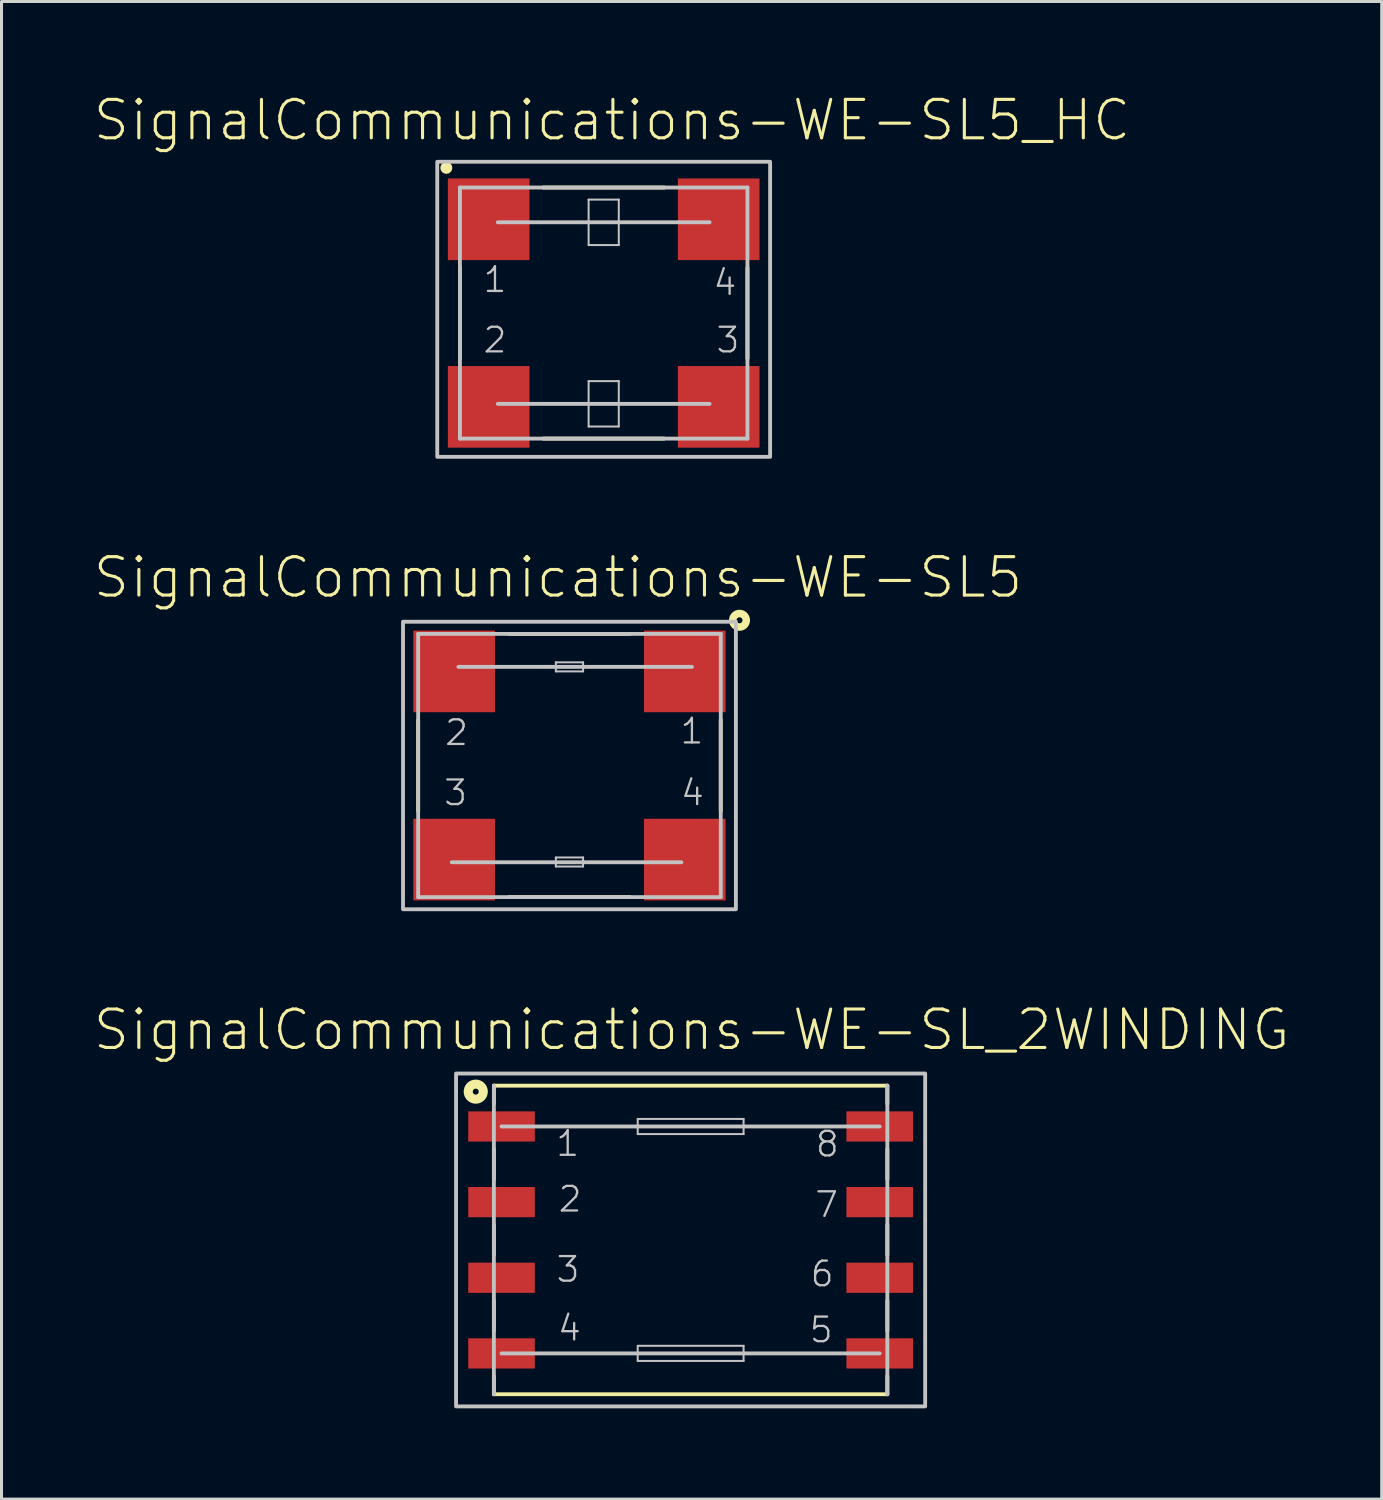
<source format=kicad_pcb>
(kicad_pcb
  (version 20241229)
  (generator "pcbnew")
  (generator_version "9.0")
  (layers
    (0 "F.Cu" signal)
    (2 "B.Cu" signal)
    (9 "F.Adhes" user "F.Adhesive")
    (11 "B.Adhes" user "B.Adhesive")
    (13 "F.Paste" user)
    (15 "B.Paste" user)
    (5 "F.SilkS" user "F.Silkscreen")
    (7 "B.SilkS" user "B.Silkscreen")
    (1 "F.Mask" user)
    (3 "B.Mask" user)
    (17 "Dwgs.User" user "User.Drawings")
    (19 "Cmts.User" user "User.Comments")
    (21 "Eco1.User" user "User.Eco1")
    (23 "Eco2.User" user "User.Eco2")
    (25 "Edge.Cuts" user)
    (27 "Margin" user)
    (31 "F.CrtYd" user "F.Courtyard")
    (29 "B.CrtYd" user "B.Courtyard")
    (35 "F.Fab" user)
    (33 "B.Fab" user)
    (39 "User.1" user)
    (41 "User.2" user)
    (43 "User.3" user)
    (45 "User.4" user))
  (footprint "SignalCommunications-WE-SL_2WINDING"
    (layer "F.Cu")
    (at 19.768 37.918)
    (property "Reference" "SignalCommunications-WE-SL_2WINDING" (at 0.033 -6.942 0) (layer "F.SilkS") (effects (font (size 1.27 1.27) (thickness 0.102))))
    (attr smd)
    (fp_line (start -6.5 -5.098) (end 6.5 -5.098) (stroke (width 0.127) (type solid)) (layer "F.SilkS"))
    (fp_line (start -6.5 -4.498) (end -6.5 -5.098) (stroke (width 0.127) (type solid)) (layer "F.SilkS"))
    (fp_line (start -6.5 -3) (end -6.5 -1.999) (stroke (width 0.127) (type solid)) (layer "F.SilkS"))
    (fp_line (start -6.5 -0.498) (end -6.5 0.498) (stroke (width 0.127) (type solid)) (layer "F.SilkS"))
    (fp_line (start -6.5 1.999) (end -6.5 3) (stroke (width 0.127) (type solid)) (layer "F.SilkS"))
    (fp_line (start -6.5 4.498) (end -6.5 5.098) (stroke (width 0.127) (type solid)) (layer "F.SilkS"))
    (fp_line (start 6.5 -4.498) (end 6.5 -5.098) (stroke (width 0.127) (type solid)) (layer "F.SilkS"))
    (fp_line (start 6.5 -3) (end 6.5 -1.999) (stroke (width 0.127) (type solid)) (layer "F.SilkS"))
    (fp_line (start 6.5 -0.498) (end 6.5 0.498) (stroke (width 0.127) (type solid)) (layer "F.SilkS"))
    (fp_line (start 6.5 1.999) (end 6.5 3) (stroke (width 0.127) (type solid)) (layer "F.SilkS"))
    (fp_line (start 6.5 4.498) (end 6.5 5.098) (stroke (width 0.127) (type solid)) (layer "F.SilkS"))
    (fp_line (start 6.5 5.098) (end -6.5 5.098) (stroke (width 0.127) (type solid)) (layer "F.SilkS"))
    (fp_circle (center -7.099 -4.9) (end -7.099 -4.999) (stroke (width 0.3) (type solid)) (fill no) (layer "F.SilkS"))
    (fp_line (start -6.5 5.098) (end -6.5 -5.098) (stroke (width 0.127) (type solid)) (layer "Dwgs.User"))
    (fp_line (start -1.748 -3.998) (end 1.75 -3.998) (stroke (width 0.066) (type solid)) (layer "Dwgs.User"))
    (fp_line (start -1.748 -3.498) (end -1.748 -3.998) (stroke (width 0.066) (type solid)) (layer "Dwgs.User"))
    (fp_line (start -1.748 -3.498) (end 1.75 -3.498) (stroke (width 0.066) (type solid)) (layer "Dwgs.User"))
    (fp_line (start -1.748 3.498) (end 1.75 3.498) (stroke (width 0.066) (type solid)) (layer "Dwgs.User"))
    (fp_line (start -1.748 3.998) (end -1.748 3.498) (stroke (width 0.066) (type solid)) (layer "Dwgs.User"))
    (fp_line (start -1.748 3.998) (end 1.75 3.998) (stroke (width 0.066) (type solid)) (layer "Dwgs.User"))
    (fp_line (start 1.75 -3.498) (end 1.75 -3.998) (stroke (width 0.066) (type solid)) (layer "Dwgs.User"))
    (fp_line (start 1.75 3.998) (end 1.75 3.498) (stroke (width 0.066) (type solid)) (layer "Dwgs.User"))
    (fp_line (start 6.248 -3.749) (end -6.248 -3.749) (stroke (width 0.127) (type solid)) (layer "Dwgs.User"))
    (fp_line (start 6.248 3.749) (end -6.248 3.749) (stroke (width 0.127) (type solid)) (layer "Dwgs.User"))
    (fp_line (start 6.5 -5.098) (end 6.5 5.098) (stroke (width 0.127) (type solid)) (layer "Dwgs.User"))
    (fp_poly (pts (xy -7.75 -5.499) (xy 7.75 -5.499) (xy 7.75 5.499) (xy -7.75 5.499) (xy -7.75 -5.499)) (stroke (width 0.127) (type solid)) (fill no) (layer "Dwgs.User"))
    (fp_text user "2" (at -3.983 -1.346 0) (layer "Dwgs.User") (effects (font (size 0.813 0.813) (thickness 0.076))))
    (fp_text user "5" (at 4.315 2.972 0) (layer "Dwgs.User") (effects (font (size 0.813 0.813) (thickness 0.076))))
    (fp_text user "8" (at 4.516 -3.165 0) (layer "Dwgs.User") (effects (font (size 0.813 0.813) (thickness 0.076))))
    (fp_text user "1" (at -4.061 -3.185 0) (layer "Dwgs.User") (effects (font (size 0.813 0.813) (thickness 0.076))))
    (fp_text user "6" (at 4.346 1.123 0) (layer "Dwgs.User") (effects (font (size 0.813 0.813) (thickness 0.076))))
    (fp_text user "7" (at 4.496 -1.166 0) (layer "Dwgs.User") (effects (font (size 0.813 0.813) (thickness 0.076))))
    (fp_text user "3" (at -4.051 0.973 0) (layer "Dwgs.User") (effects (font (size 0.813 0.813) (thickness 0.076))))
    (fp_text user "4" (at -4.003 2.913 0) (layer "Dwgs.User") (effects (font (size 0.813 0.813) (thickness 0.076))))
    (pad "1" smd rect (at -6.248 -3.749 180) (size 2.2 0.998) (layers "F.Cu" "F.Mask" "F.Paste"))
    (pad "2" smd rect (at -6.248 -1.25 180) (size 2.2 0.998) (layers "F.Cu" "F.Mask" "F.Paste"))
    (pad "3" smd rect (at -6.248 1.25 180) (size 2.2 0.998) (layers "F.Cu" "F.Mask" "F.Paste"))
    (pad "4" smd rect (at -6.248 3.749 180) (size 2.2 0.998) (layers "F.Cu" "F.Mask" "F.Paste"))
    (pad "5" smd rect (at 6.248 3.749 180) (size 2.2 0.998) (layers "F.Cu" "F.Mask" "F.Paste"))
    (pad "6" smd rect (at 6.248 1.25 180) (size 2.2 0.998) (layers "F.Cu" "F.Mask" "F.Paste"))
    (pad "7" smd rect (at 6.248 -1.25 180) (size 2.2 0.998) (layers "F.Cu" "F.Mask" "F.Paste"))
    (pad "8" smd rect (at 6.248 -3.749 180) (size 2.2 0.998) (layers "F.Cu" "F.Mask" "F.Paste")))
  (footprint "SignalCommunications-WE-SL5_HC"
    (layer "F.Cu")
    (at 16.896 7.294)
    (property "Reference" "SignalCommunications-WE-SL5_HC" (at 0.274 -6.373 0) (layer "F.SilkS") (effects (font (size 1.27 1.27) (thickness 0.102))))
    (attr smd)
    (fp_line (start -4.75 1.499) (end -4.75 -1.499) (stroke (width 0.127) (type solid)) (layer "F.SilkS"))
    (fp_line (start -1.999 -4.148) (end 1.999 -4.148) (stroke (width 0.127) (type solid)) (layer "F.SilkS"))
    (fp_line (start -1.999 4.148) (end 1.999 4.148) (stroke (width 0.127) (type solid)) (layer "F.SilkS"))
    (fp_line (start 4.75 -1.499) (end 4.75 1.499) (stroke (width 0.127) (type solid)) (layer "F.SilkS"))
    (fp_circle (center -5.199 -4.798) (end -5.199 -4.897) (stroke (width 0.198) (type solid)) (fill no) (layer "F.SilkS"))
    (fp_line (start -4.75 -4.148) (end -4.75 4.148) (stroke (width 0.127) (type solid)) (layer "Dwgs.User"))
    (fp_line (start -0.498 -3.749) (end 0.498 -3.749) (stroke (width 0.066) (type solid)) (layer "Dwgs.User"))
    (fp_line (start -0.498 -2.248) (end -0.498 -3.749) (stroke (width 0.066) (type solid)) (layer "Dwgs.User"))
    (fp_line (start -0.498 -2.248) (end 0.498 -2.248) (stroke (width 0.066) (type solid)) (layer "Dwgs.User"))
    (fp_line (start -0.498 2.248) (end 0.498 2.248) (stroke (width 0.066) (type solid)) (layer "Dwgs.User"))
    (fp_line (start -0.498 3.749) (end -0.498 2.248) (stroke (width 0.066) (type solid)) (layer "Dwgs.User"))
    (fp_line (start -0.498 3.749) (end 0.498 3.749) (stroke (width 0.066) (type solid)) (layer "Dwgs.User"))
    (fp_line (start 0.498 -2.248) (end 0.498 -3.749) (stroke (width 0.066) (type solid)) (layer "Dwgs.User"))
    (fp_line (start 0.498 3.749) (end 0.498 2.248) (stroke (width 0.066) (type solid)) (layer "Dwgs.User"))
    (fp_line (start 3.498 -3) (end -3.498 -3) (stroke (width 0.127) (type solid)) (layer "Dwgs.User"))
    (fp_line (start 3.498 3) (end -3.498 3) (stroke (width 0.127) (type solid)) (layer "Dwgs.User"))
    (fp_line (start 4.75 -4.148) (end -4.75 -4.148) (stroke (width 0.127) (type solid)) (layer "Dwgs.User"))
    (fp_line (start 4.75 -4.148) (end 4.75 4.148) (stroke (width 0.127) (type solid)) (layer "Dwgs.User"))
    (fp_line (start 4.75 4.148) (end -4.75 4.148) (stroke (width 0.127) (type solid)) (layer "Dwgs.User"))
    (fp_poly (pts (xy -5.499 -4.999) (xy 5.499 -4.999) (xy 5.499 4.75) (xy -5.499 4.75) (xy -5.499 -4.999)) (stroke (width 0.127) (type solid)) (fill no) (layer "Dwgs.User"))
    (fp_text user "3" (at 4.105 0.892 0) (layer "Dwgs.User") (effects (font (size 0.813 0.813) (thickness 0.076))))
    (fp_text user "4" (at 4.006 -1.006 0) (layer "Dwgs.User") (effects (font (size 0.813 0.813) (thickness 0.076))))
    (fp_text user "1" (at -3.592 -1.105 0) (layer "Dwgs.User") (effects (font (size 0.813 0.813) (thickness 0.076))))
    (fp_text user "2" (at -3.592 0.892 0) (layer "Dwgs.User") (effects (font (size 0.813 0.813) (thickness 0.076))))
    (pad "1" smd rect (at -3.8 -3.099 270) (size 2.697 2.697) (layers "F.Cu" "F.Mask" "F.Paste"))
    (pad "2" smd rect (at -3.8 3.099 270) (size 2.697 2.697) (layers "F.Cu" "F.Mask" "F.Paste"))
    (pad "3" smd rect (at 3.8 3.099 270) (size 2.697 2.697) (layers "F.Cu" "F.Mask" "F.Paste"))
    (pad "4" smd rect (at 3.8 -3.099 270) (size 2.697 2.697) (layers "F.Cu" "F.Mask" "F.Paste")))
  (footprint "SignalCommunications-WE-SL5"
    (layer "F.Cu")
    (at 15.765 22.242)
    (property "Reference" "SignalCommunications-WE-SL5" (at -0.378 -6.213 0) (layer "F.SilkS") (effects (font (size 1.27 1.27) (thickness 0.102))))
    (attr smd)
    (fp_line (start -4.999 1.499) (end -4.999 -1.499) (stroke (width 0.127) (type solid)) (layer "F.SilkS"))
    (fp_line (start -1.999 -4.348) (end 1.999 -4.348) (stroke (width 0.127) (type solid)) (layer "F.SilkS"))
    (fp_line (start -1.999 4.348) (end 1.999 4.348) (stroke (width 0.127) (type solid)) (layer "F.SilkS"))
    (fp_line (start 4.999 1.499) (end 4.999 -1.499) (stroke (width 0.127) (type solid)) (layer "F.SilkS"))
    (fp_circle (center 5.618 -4.798) (end 5.618 -4.897) (stroke (width 0.249) (type solid)) (fill no) (layer "F.SilkS"))
    (fp_line (start -4.999 -4.348) (end 4.999 -4.348) (stroke (width 0.127) (type solid)) (layer "Dwgs.User"))
    (fp_line (start -4.999 4.348) (end -4.999 -4.348) (stroke (width 0.127) (type solid)) (layer "Dwgs.User"))
    (fp_line (start -3.889 3.198) (end 3.698 3.198) (stroke (width 0.127) (type solid)) (layer "Dwgs.User"))
    (fp_line (start -3.668 -3.259) (end 4.049 -3.259) (stroke (width 0.127) (type solid)) (layer "Dwgs.User"))
    (fp_line (start -0.45 -3.409) (end 0.45 -3.409) (stroke (width 0.066) (type solid)) (layer "Dwgs.User"))
    (fp_line (start -0.45 -3.109) (end -0.45 -3.409) (stroke (width 0.066) (type solid)) (layer "Dwgs.User"))
    (fp_line (start -0.45 -3.109) (end 0.45 -3.109) (stroke (width 0.066) (type solid)) (layer "Dwgs.User"))
    (fp_line (start -0.45 3.038) (end 0.45 3.038) (stroke (width 0.066) (type solid)) (layer "Dwgs.User"))
    (fp_line (start -0.45 3.338) (end -0.45 3.038) (stroke (width 0.066) (type solid)) (layer "Dwgs.User"))
    (fp_line (start -0.45 3.338) (end 0.45 3.338) (stroke (width 0.066) (type solid)) (layer "Dwgs.User"))
    (fp_line (start 0.45 -3.109) (end 0.45 -3.409) (stroke (width 0.066) (type solid)) (layer "Dwgs.User"))
    (fp_line (start 0.45 3.338) (end 0.45 3.038) (stroke (width 0.066) (type solid)) (layer "Dwgs.User"))
    (fp_line (start 4.999 -4.348) (end 4.999 4.348) (stroke (width 0.127) (type solid)) (layer "Dwgs.User"))
    (fp_line (start 4.999 4.348) (end -4.999 4.348) (stroke (width 0.127) (type solid)) (layer "Dwgs.User"))
    (fp_poly (pts (xy -5.499 -4.75) (xy 5.499 -4.75) (xy 5.499 4.75) (xy -5.499 4.75) (xy -5.499 -4.75)) (stroke (width 0.127) (type solid)) (fill no) (layer "Dwgs.User"))
    (fp_text user "4" (at 4.064 0.902 0) (layer "Dwgs.User") (effects (font (size 0.813 0.813) (thickness 0.076))))
    (fp_text user "3" (at -3.762 0.902 0) (layer "Dwgs.User") (effects (font (size 0.813 0.813) (thickness 0.076))))
    (fp_text user "2" (at -3.731 -1.085 0) (layer "Dwgs.User") (effects (font (size 0.813 0.813) (thickness 0.076))))
    (fp_text user "1" (at 4.046 -1.135 0) (layer "Dwgs.User") (effects (font (size 0.813 0.813) (thickness 0.076))))
    (pad "1" smd rect (at 3.81 -3.109) (size 2.697 2.697) (layers "F.Cu" "F.Mask" "F.Paste"))
    (pad "2" smd rect (at -3.81 -3.109) (size 2.697 2.697) (layers "F.Cu" "F.Mask" "F.Paste"))
    (pad "3" smd rect (at -3.81 3.109) (size 2.697 2.697) (layers "F.Cu" "F.Mask" "F.Paste"))
    (pad "4" smd rect (at 3.81 3.109) (size 2.697 2.697) (layers "F.Cu" "F.Mask" "F.Paste")))
  (gr_rect
    (start -3 -3)
    (end 42.602 46.48)
    (stroke (width 0.1) (type default))
    (fill no)
    (layer "Edge.Cuts")))
</source>
